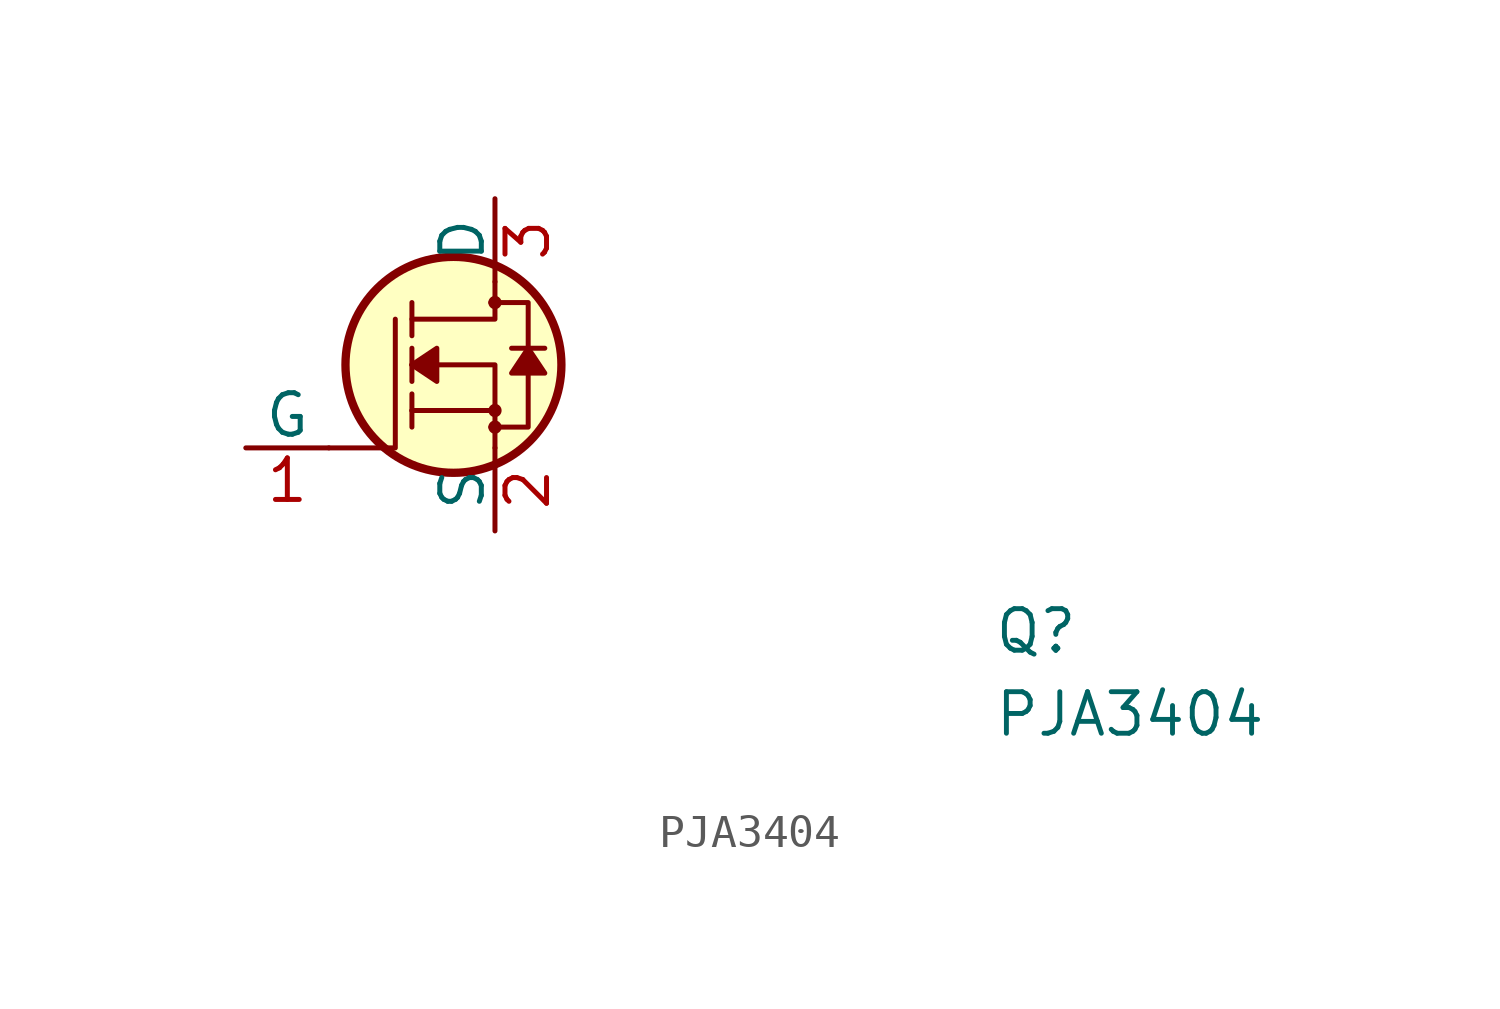
<source format=kicad_sym>
(kicad_symbol_lib
  (version 20211014)
  (generator kicad_symbol_editor)
  (symbol "PJA3404"
    (pin_names
      (offset 0))
    (property "Reference" "Q"
      (at 22.86 -6.35 0)
      (effects (font (size 1.27 1.27) (thickness 0.15)) (justify left bottom)))
    (property "Value" "PJA3404"
      (at 22.86 -8.89 0)
      (effects (font (size 1.27 1.27) (thickness 0.15)) (justify left bottom)))
    (symbol "PJA3404_0_1"
      (polyline (pts (xy 7.62 1.143) (xy 5.08 1.143)) (stroke (width 0) (type default) (color 0 0 0 0)) (fill (type none)))
      (polyline (pts (xy 2.54 0) (xy 4.572 0) (xy 4.572 3.937)) (stroke (width 0) (type default) (color 0 0 0 0)) (fill (type none)))
      (polyline (pts (xy 7.62 0) (xy 7.62 2.54) (xy 5.08 2.54)) (stroke (width 0) (type default) (color 0 0 0 0)) (fill (type none)))
      (polyline (pts (xy 7.62 5.08) (xy 7.62 3.937) (xy 5.08 3.937)) (stroke (width 0) (type default) (color 0 0 0 0)) (fill (type none)))
      (polyline (pts (xy 7.493 0.635) (xy 8.636 0.635) (xy 8.636 3.937) (xy 8.636 4.445) (xy 7.493 4.445)) (stroke (width 0) (type default) (color 0 0 0 0)) (fill (type none)))
      (circle (center 6.35 2.54) (radius 3.302) (stroke (width 0.254) (type default) (color 0 0 0 0)) (fill (type background)))
      (circle (center 7.62 0.635) (radius 0.127) (stroke (width 0) (type default) (color 0 0 0 0)) (fill (type none)))
      (circle (center 7.62 1.143) (radius 0.127) (stroke (width 0) (type default) (color 0 0 0 0)) (fill (type none)))
      (circle (center 7.62 4.445) (radius 0.127) (stroke (width 0) (type default) (color 0 0 0 0)) (fill (type none))))
    (symbol "PJA3404_1_1"
      (polyline (pts (xy 5.08 1.143) (xy 5.08 0.635)) (stroke (width 0) (type default) (color 0 0 0 0)) (fill (type none)))
      (polyline (pts (xy 5.08 1.143) (xy 5.08 1.651)) (stroke (width 0) (type default) (color 0 0 0 0)) (fill (type none)))
      (polyline (pts (xy 5.08 2.54) (xy 5.08 2.032)) (stroke (width 0) (type default) (color 0 0 0 0)) (fill (type none)))
      (polyline (pts (xy 5.08 2.54) (xy 5.08 3.048)) (stroke (width 0) (type default) (color 0 0 0 0)) (fill (type none)))
      (polyline (pts (xy 5.08 4.445) (xy 5.08 3.429)) (stroke (width 0) (type default) (color 0 0 0 0)) (fill (type none)))
      (polyline (pts (xy 9.144 3.048) (xy 8.128 3.048)) (stroke (width 0) (type default) (color 0 0 0 0)) (fill (type none)))
      (polyline (pts (xy 5.08 2.54) (xy 5.842 3.048) (xy 5.842 2.032) (xy 5.08 2.54)) (stroke (width 0) (type default) (color 0 0 0 0)) (fill (type outline)))
      (polyline (pts (xy 8.636 3.048) (xy 8.128 2.286) (xy 9.144 2.286) (xy 8.636 3.048)) (stroke (width 0) (type default) (color 0 0 0 0)) (fill (type outline)))
      (pin bidirectional line (at 0 0 0) (length 2.54) (name "G" (effects (font (size 1.27 1.27)))) (number "1" (effects (font (size 1.27 1.27)))))
      (pin bidirectional line (at 7.62 -2.54 90) (length 2.54) (name "S" (effects (font (size 1.27 1.27)))) (number "2" (effects (font (size 1.27 1.27)))))
      (pin bidirectional line (at 7.62 7.62 270) (length 2.54) (name "D" (effects (font (size 1.27 1.27)))) (number "3" (effects (font (size 1.27 1.27))))))))
</source>
